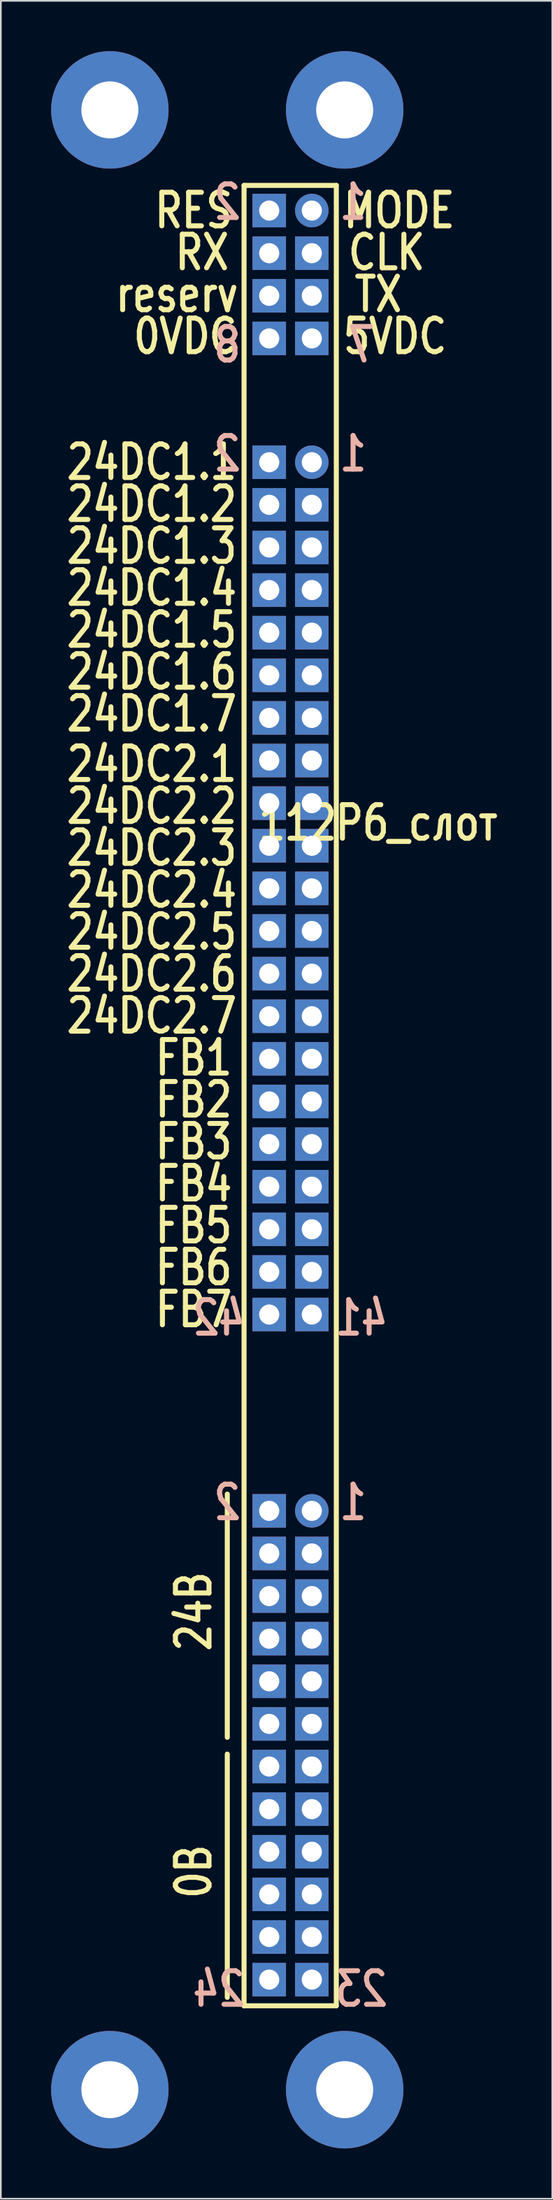
<source format=kicad_pcb>
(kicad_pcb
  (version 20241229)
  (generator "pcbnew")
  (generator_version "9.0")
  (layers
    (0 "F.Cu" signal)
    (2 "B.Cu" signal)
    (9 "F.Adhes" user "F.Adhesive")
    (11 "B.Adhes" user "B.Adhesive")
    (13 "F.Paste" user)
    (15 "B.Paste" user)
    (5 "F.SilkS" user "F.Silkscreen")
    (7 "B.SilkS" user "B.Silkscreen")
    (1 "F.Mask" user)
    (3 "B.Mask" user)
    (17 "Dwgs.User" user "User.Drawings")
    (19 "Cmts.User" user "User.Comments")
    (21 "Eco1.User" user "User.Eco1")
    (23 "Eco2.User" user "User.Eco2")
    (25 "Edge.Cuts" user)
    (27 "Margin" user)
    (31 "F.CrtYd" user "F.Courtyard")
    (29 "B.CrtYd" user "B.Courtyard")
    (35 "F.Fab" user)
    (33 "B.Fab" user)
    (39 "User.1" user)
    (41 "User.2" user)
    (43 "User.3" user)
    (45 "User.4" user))
  (footprint "112Р6_слот"
    (layer "F.Cu")
    (at 13 9.5)
    (property "Reference" "112Р6_слот" (at 6.5 36.5 0) (layer "F.SilkS") (effects (font (size 2 1.6) (thickness 0.3))))
    (attr through_hole)
    (fp_line (start -2.5 76.5) (end -2.5 91) (stroke (width 0.3) (type solid)) (layer "F.SilkS"))
    (fp_line (start -2.5 92) (end -2.5 106.5) (stroke (width 0.3) (type solid)) (layer "F.SilkS"))
    (fp_line (start -1.5 -1.5) (end 4 -1.5) (stroke (width 0.3) (type solid)) (layer "F.SilkS"))
    (fp_line (start -1.5 107) (end -1.5 -1.5) (stroke (width 0.3) (type solid)) (layer "F.SilkS"))
    (fp_line (start 4 -1.5) (end 4 107) (stroke (width 0.3) (type solid)) (layer "F.SilkS"))
    (fp_line (start 4 107) (end -1.5 107) (stroke (width 0.3) (type solid)) (layer "F.SilkS"))
    (fp_text user "FB4" (at -4.5 58 0) (layer "F.SilkS") (effects (font (size 2 1.6) (thickness 0.3))))
    (fp_text user "24DC2.3" (at -7 38 0) (layer "F.SilkS") (effects (font (size 2 1.6) (thickness 0.3))))
    (fp_text user "24DC2.5" (at -7 43 0) (layer "F.SilkS") (effects (font (size 2 1.6) (thickness 0.3))))
    (fp_text user "FB5" (at -4.5 60.5 0) (layer "F.SilkS") (effects (font (size 2 1.6) (thickness 0.3))))
    (fp_text user "FB2" (at -4.5 53 0) (layer "F.SilkS") (effects (font (size 2 1.6) (thickness 0.3))))
    (fp_text user "TX" (at 6.5 5 0) (layer "F.SilkS") (effects (font (size 2 1.6) (thickness 0.3))))
    (fp_text user "reserv" (at -5.5 5 0) (layer "F.SilkS") (effects (font (size 2 1.6) (thickness 0.3))))
    (fp_text user "CLK" (at 7 2.5 0) (layer "F.SilkS") (effects (font (size 2 1.6) (thickness 0.3))))
    (fp_text user "24DC1.3" (at -7 20 0) (layer "F.SilkS") (effects (font (size 2 1.6) (thickness 0.3))))
    (fp_text user "24DC2.7" (at -7 48 0) (layer "F.SilkS") (effects (font (size 2 1.6) (thickness 0.3))))
    (fp_text user "0VDC" (at -5 7.5 0) (layer "F.SilkS") (effects (font (size 2 1.6) (thickness 0.3))))
    (fp_text user "24DC1.5" (at -7 25 0) (layer "F.SilkS") (effects (font (size 2 1.6) (thickness 0.3))))
    (fp_text user "FB7" (at -4.5 65.5 0) (layer "F.SilkS") (effects (font (size 2 1.6) (thickness 0.3))))
    (fp_text user "24B" (at -4.5 83.5 90) (layer "F.SilkS") (effects (font (size 2 1.6) (thickness 0.3))))
    (fp_text user "RX" (at -4 2.5 0) (layer "F.SilkS") (effects (font (size 2 1.6) (thickness 0.3))))
    (fp_text user "24DC2.4" (at -7 40.5 0) (layer "F.SilkS") (effects (font (size 2 1.6) (thickness 0.3))))
    (fp_text user "FB6" (at -4.5 63 0) (layer "F.SilkS") (effects (font (size 2 1.6) (thickness 0.3))))
    (fp_text user "MODE" (at 7.75 0 0) (layer "F.SilkS") (effects (font (size 2 1.6) (thickness 0.3))))
    (fp_text user "24DC1.4" (at -7 22.5 0) (layer "F.SilkS") (effects (font (size 2 1.6) (thickness 0.3))))
    (fp_text user "24DC2.1" (at -7 33 0) (layer "F.SilkS") (effects (font (size 2 1.6) (thickness 0.3))))
    (fp_text user "FB1" (at -4.5 50.5 0) (layer "F.SilkS") (effects (font (size 2 1.6) (thickness 0.3))))
    (fp_text user "24DC1.1" (at -7 15 0) (layer "F.SilkS") (effects (font (size 2 1.6) (thickness 0.3))))
    (fp_text user "24DC1.6" (at -7 27.5 0) (layer "F.SilkS") (effects (font (size 2 1.6) (thickness 0.3))))
    (fp_text user "0B" (at -4.5 99 90) (layer "F.SilkS") (effects (font (size 2 1.6) (thickness 0.3))))
    (fp_text user "FB3" (at -4.5 55.5 0) (layer "F.SilkS") (effects (font (size 2 1.6) (thickness 0.3))))
    (fp_text user "24DC1.7" (at -7 30 0) (layer "F.SilkS") (effects (font (size 2 1.6) (thickness 0.3))))
    (fp_text user "24DC1.2" (at -7 17.5 0) (layer "F.SilkS") (effects (font (size 2 1.6) (thickness 0.3))))
    (fp_text user "24DC2.6" (at -7 45.5 0) (layer "F.SilkS") (effects (font (size 2 1.6) (thickness 0.3))))
    (fp_text user "RES" (at -4.5 0 0) (layer "F.SilkS") (effects (font (size 2 1.6) (thickness 0.3))))
    (fp_text user "24DC2.2" (at -7 35.5 0) (layer "F.SilkS") (effects (font (size 2 1.6) (thickness 0.3))))
    (fp_text user "5VDC" (at 7.5 7.5 0) (layer "F.SilkS") (effects (font (size 2 1.6) (thickness 0.3))))
    (fp_text user "42" (at -3 66 0) (layer "B.SilkS") (effects (font (size 2 1.6) (thickness 0.3)) (justify mirror)))
    (fp_text user "1" (at 5 -0.5 0) (layer "B.SilkS") (effects (font (size 2 1.6) (thickness 0.3)) (justify mirror)))
    (fp_text user "2" (at -2.5 -0.5 0) (layer "B.SilkS") (effects (font (size 2 1.6) (thickness 0.3)) (justify mirror)))
    (fp_text user "23" (at 5.5 106 0) (layer "B.SilkS") (effects (font (size 2 1.6) (thickness 0.3)) (justify mirror)))
    (fp_text user "2" (at -2.5 77 0) (layer "B.SilkS") (effects (font (size 2 1.6) (thickness 0.3)) (justify mirror)))
    (fp_text user "8" (at -2.5 8 0) (layer "B.SilkS") (effects (font (size 2 1.6) (thickness 0.3)) (justify mirror)))
    (fp_text user "24" (at -3 106 0) (layer "B.SilkS") (effects (font (size 2 1.6) (thickness 0.3)) (justify mirror)))
    (fp_text user "1" (at 5 77 0) (layer "B.SilkS") (effects (font (size 2 1.6) (thickness 0.3)) (justify mirror)))
    (fp_text user "41" (at 5.5 66 0) (layer "B.SilkS") (effects (font (size 2 1.6) (thickness 0.3)) (justify mirror)))
    (fp_text user "2" (at -2.5 14.5 0) (layer "B.SilkS") (effects (font (size 2 1.6) (thickness 0.3)) (justify mirror)))
    (fp_text user "1" (at 5 14.5 0) (layer "B.SilkS") (effects (font (size 2 1.6) (thickness 0.3)) (justify mirror)))
    (fp_text user "7" (at 5.5 8 0) (layer "B.SilkS") (effects (font (size 2 1.6) (thickness 0.3)) (justify mirror)))
    (pad "" thru_hole circle (at -9.5 -6) (size 7 7) (drill 3.4) (layers "*.Cu" "*.Mask"))
    (pad "" thru_hole circle (at -9.5 112) (size 7 7) (drill 3.4) (layers "*.Cu" "*.Mask"))
    (pad "" thru_hole circle (at 4.5 -6) (size 7 7) (drill 3.4) (layers "*.Cu" "*.Mask"))
    (pad "" thru_hole circle (at 4.5 112) (size 7 7) (drill 3.4) (layers "*.Cu" "*.Mask"))
    (pad "1" thru_hole rect (at 0 0) (size 2 2) (drill 1.2) (layers "*.Cu" "*.Mask"))
    (pad "2" thru_hole rect (at 0 2.54) (size 2 2) (drill 1.2) (layers "*.Cu" "*.Mask"))
    (pad "3" thru_hole rect (at 0 5.08) (size 2 2) (drill 1.2) (layers "*.Cu" "*.Mask"))
    (pad "4" thru_hole rect (at 0 7.62) (size 2 2) (drill 1.2) (layers "*.Cu" "*.Mask"))
    (pad "5" thru_hole circle (at 2.54 0) (size 2 2) (drill 1.2) (layers "*.Cu" "*.Mask"))
    (pad "6" thru_hole rect (at 2.54 2.54) (size 2 2) (drill 1.2) (layers "*.Cu" "*.Mask"))
    (pad "7" thru_hole rect (at 2.54 5.08) (size 2 2) (drill 1.2) (layers "*.Cu" "*.Mask"))
    (pad "8" thru_hole rect (at 2.54 7.62) (size 2 2) (drill 1.2) (layers "*.Cu" "*.Mask"))
    (pad "9" thru_hole rect (at 0 15) (size 2 2) (drill 1.2) (layers "*.Cu" "*.Mask"))
    (pad "9" thru_hole circle (at 2.54 15) (size 2 2) (drill 1.2) (layers "*.Cu" "*.Mask"))
    (pad "10" thru_hole rect (at 0 17.54) (size 2 2) (drill 1.2) (layers "*.Cu" "*.Mask"))
    (pad "10" thru_hole rect (at 2.54 17.54) (size 2 2) (drill 1.2) (layers "*.Cu" "*.Mask"))
    (pad "11" thru_hole rect (at 0 20.08) (size 2 2) (drill 1.2) (layers "*.Cu" "*.Mask"))
    (pad "11" thru_hole rect (at 2.54 20.08) (size 2 2) (drill 1.2) (layers "*.Cu" "*.Mask"))
    (pad "12" thru_hole rect (at 0 22.62) (size 2 2) (drill 1.2) (layers "*.Cu" "*.Mask"))
    (pad "12" thru_hole rect (at 2.54 22.62) (size 2 2) (drill 1.2) (layers "*.Cu" "*.Mask"))
    (pad "13" thru_hole rect (at 0 25.16) (size 2 2) (drill 1.2) (layers "*.Cu" "*.Mask"))
    (pad "13" thru_hole rect (at 2.54 25.16) (size 2 2) (drill 1.2) (layers "*.Cu" "*.Mask"))
    (pad "14" thru_hole rect (at 0 27.7) (size 2 2) (drill 1.2) (layers "*.Cu" "*.Mask"))
    (pad "14" thru_hole rect (at 2.54 27.7) (size 2 2) (drill 1.2) (layers "*.Cu" "*.Mask"))
    (pad "15" thru_hole rect (at 0 30.24) (size 2 2) (drill 1.2) (layers "*.Cu" "*.Mask"))
    (pad "15" thru_hole rect (at 2.54 30.24) (size 2 2) (drill 1.2) (layers "*.Cu" "*.Mask"))
    (pad "16" thru_hole rect (at 0 32.78) (size 2 2) (drill 1.2) (layers "*.Cu" "*.Mask"))
    (pad "16" thru_hole rect (at 2.54 32.78) (size 2 2) (drill 1.2) (layers "*.Cu" "*.Mask"))
    (pad "17" thru_hole rect (at 0 35.32) (size 2 2) (drill 1.2) (layers "*.Cu" "*.Mask"))
    (pad "17" thru_hole rect (at 2.54 35.32) (size 2 2) (drill 1.2) (layers "*.Cu" "*.Mask"))
    (pad "18" thru_hole rect (at 0 37.86) (size 2 2) (drill 1.2) (layers "*.Cu" "*.Mask"))
    (pad "18" thru_hole rect (at 2.54 37.86) (size 2 2) (drill 1.2) (layers "*.Cu" "*.Mask"))
    (pad "19" thru_hole rect (at 0 40.4) (size 2 2) (drill 1.2) (layers "*.Cu" "*.Mask"))
    (pad "19" thru_hole rect (at 2.54 40.4) (size 2 2) (drill 1.2) (layers "*.Cu" "*.Mask"))
    (pad "20" thru_hole rect (at 0 42.94) (size 2 2) (drill 1.2) (layers "*.Cu" "*.Mask"))
    (pad "20" thru_hole rect (at 2.54 42.94) (size 2 2) (drill 1.2) (layers "*.Cu" "*.Mask"))
    (pad "21" thru_hole rect (at 0 45.48) (size 2 2) (drill 1.2) (layers "*.Cu" "*.Mask"))
    (pad "21" thru_hole rect (at 2.54 45.48) (size 2 2) (drill 1.2) (layers "*.Cu" "*.Mask"))
    (pad "22" thru_hole rect (at 0 48.02) (size 2 2) (drill 1.2) (layers "*.Cu" "*.Mask"))
    (pad "22" thru_hole rect (at 2.54 48.02) (size 2 2) (drill 1.2) (layers "*.Cu" "*.Mask"))
    (pad "23" thru_hole rect (at 0 50.56) (size 2 2) (drill 1.2) (layers "*.Cu" "*.Mask"))
    (pad "23" thru_hole rect (at 2.54 50.56) (size 2 2) (drill 1.2) (layers "*.Cu" "*.Mask"))
    (pad "24" thru_hole rect (at 0 53.1) (size 2 2) (drill 1.2) (layers "*.Cu" "*.Mask"))
    (pad "24" thru_hole rect (at 2.54 53.1) (size 2 2) (drill 1.2) (layers "*.Cu" "*.Mask"))
    (pad "25" thru_hole rect (at 0 55.64) (size 2 2) (drill 1.2) (layers "*.Cu" "*.Mask"))
    (pad "25" thru_hole rect (at 2.54 55.64) (size 2 2) (drill 1.2) (layers "*.Cu" "*.Mask"))
    (pad "26" thru_hole rect (at 0 58.18) (size 2 2) (drill 1.2) (layers "*.Cu" "*.Mask"))
    (pad "26" thru_hole rect (at 2.54 58.18) (size 2 2) (drill 1.2) (layers "*.Cu" "*.Mask"))
    (pad "27" thru_hole rect (at 0 60.72) (size 2 2) (drill 1.2) (layers "*.Cu" "*.Mask"))
    (pad "27" thru_hole rect (at 2.54 60.72) (size 2 2) (drill 1.2) (layers "*.Cu" "*.Mask"))
    (pad "28" thru_hole rect (at 0 63.26) (size 2 2) (drill 1.2) (layers "*.Cu" "*.Mask"))
    (pad "28" thru_hole rect (at 2.54 63.26) (size 2 2) (drill 1.2) (layers "*.Cu" "*.Mask"))
    (pad "29" thru_hole rect (at 0 65.8) (size 2 2) (drill 1.2) (layers "*.Cu" "*.Mask"))
    (pad "29" thru_hole rect (at 2.54 65.8) (size 2 2) (drill 1.2) (layers "*.Cu" "*.Mask"))
    (pad "30" thru_hole rect (at 0 77.5) (size 2 2) (drill 1.2) (layers "*.Cu" "*.Mask"))
    (pad "30" thru_hole circle (at 2.54 77.5) (size 2 2) (drill 1.2) (layers "*.Cu" "*.Mask"))
    (pad "31" thru_hole rect (at 0 80.04) (size 2 2) (drill 1.2) (layers "*.Cu" "*.Mask"))
    (pad "31" thru_hole rect (at 2.54 80.04) (size 2 2) (drill 1.2) (layers "*.Cu" "*.Mask"))
    (pad "32" thru_hole rect (at 0 82.58) (size 2 2) (drill 1.2) (layers "*.Cu" "*.Mask"))
    (pad "32" thru_hole rect (at 2.54 82.58) (size 2 2) (drill 1.2) (layers "*.Cu" "*.Mask"))
    (pad "33" thru_hole rect (at 0 85.12) (size 2 2) (drill 1.2) (layers "*.Cu" "*.Mask"))
    (pad "33" thru_hole rect (at 2.54 85.12) (size 2 2) (drill 1.2) (layers "*.Cu" "*.Mask"))
    (pad "34" thru_hole rect (at 0 87.66) (size 2 2) (drill 1.2) (layers "*.Cu" "*.Mask"))
    (pad "34" thru_hole rect (at 2.54 87.66) (size 2 2) (drill 1.2) (layers "*.Cu" "*.Mask"))
    (pad "35" thru_hole rect (at 0 90.2) (size 2 2) (drill 1.2) (layers "*.Cu" "*.Mask"))
    (pad "35" thru_hole rect (at 2.54 90.2) (size 2 2) (drill 1.2) (layers "*.Cu" "*.Mask"))
    (pad "36" thru_hole rect (at 0 92.74) (size 2 2) (drill 1.2) (layers "*.Cu" "*.Mask"))
    (pad "36" thru_hole rect (at 2.54 92.74) (size 2 2) (drill 1.2) (layers "*.Cu" "*.Mask"))
    (pad "37" thru_hole rect (at 0 95.28) (size 2 2) (drill 1.2) (layers "*.Cu" "*.Mask"))
    (pad "37" thru_hole rect (at 2.54 95.28) (size 2 2) (drill 1.2) (layers "*.Cu" "*.Mask"))
    (pad "38" thru_hole rect (at 0 97.82) (size 2 2) (drill 1.2) (layers "*.Cu" "*.Mask"))
    (pad "38" thru_hole rect (at 2.54 97.82) (size 2 2) (drill 1.2) (layers "*.Cu" "*.Mask"))
    (pad "39" thru_hole rect (at 0 100.36) (size 2 2) (drill 1.2) (layers "*.Cu" "*.Mask"))
    (pad "39" thru_hole rect (at 2.54 100.36) (size 2 2) (drill 1.2) (layers "*.Cu" "*.Mask"))
    (pad "40" thru_hole rect (at 0 102.9) (size 2 2) (drill 1.2) (layers "*.Cu" "*.Mask"))
    (pad "40" thru_hole rect (at 2.54 102.9) (size 2 2) (drill 1.2) (layers "*.Cu" "*.Mask"))
    (pad "41" thru_hole rect (at 0 105.44) (size 2 2) (drill 1.2) (layers "*.Cu" "*.Mask"))
    (pad "41" thru_hole rect (at 2.54 105.44) (size 2 2) (drill 1.2) (layers "*.Cu" "*.Mask")))
  (gr_rect
    (start -3 -3)
    (end 29.876 128)
    (stroke (width 0.1) (type default))
    (fill no)
    (layer "Edge.Cuts")))
</source>
